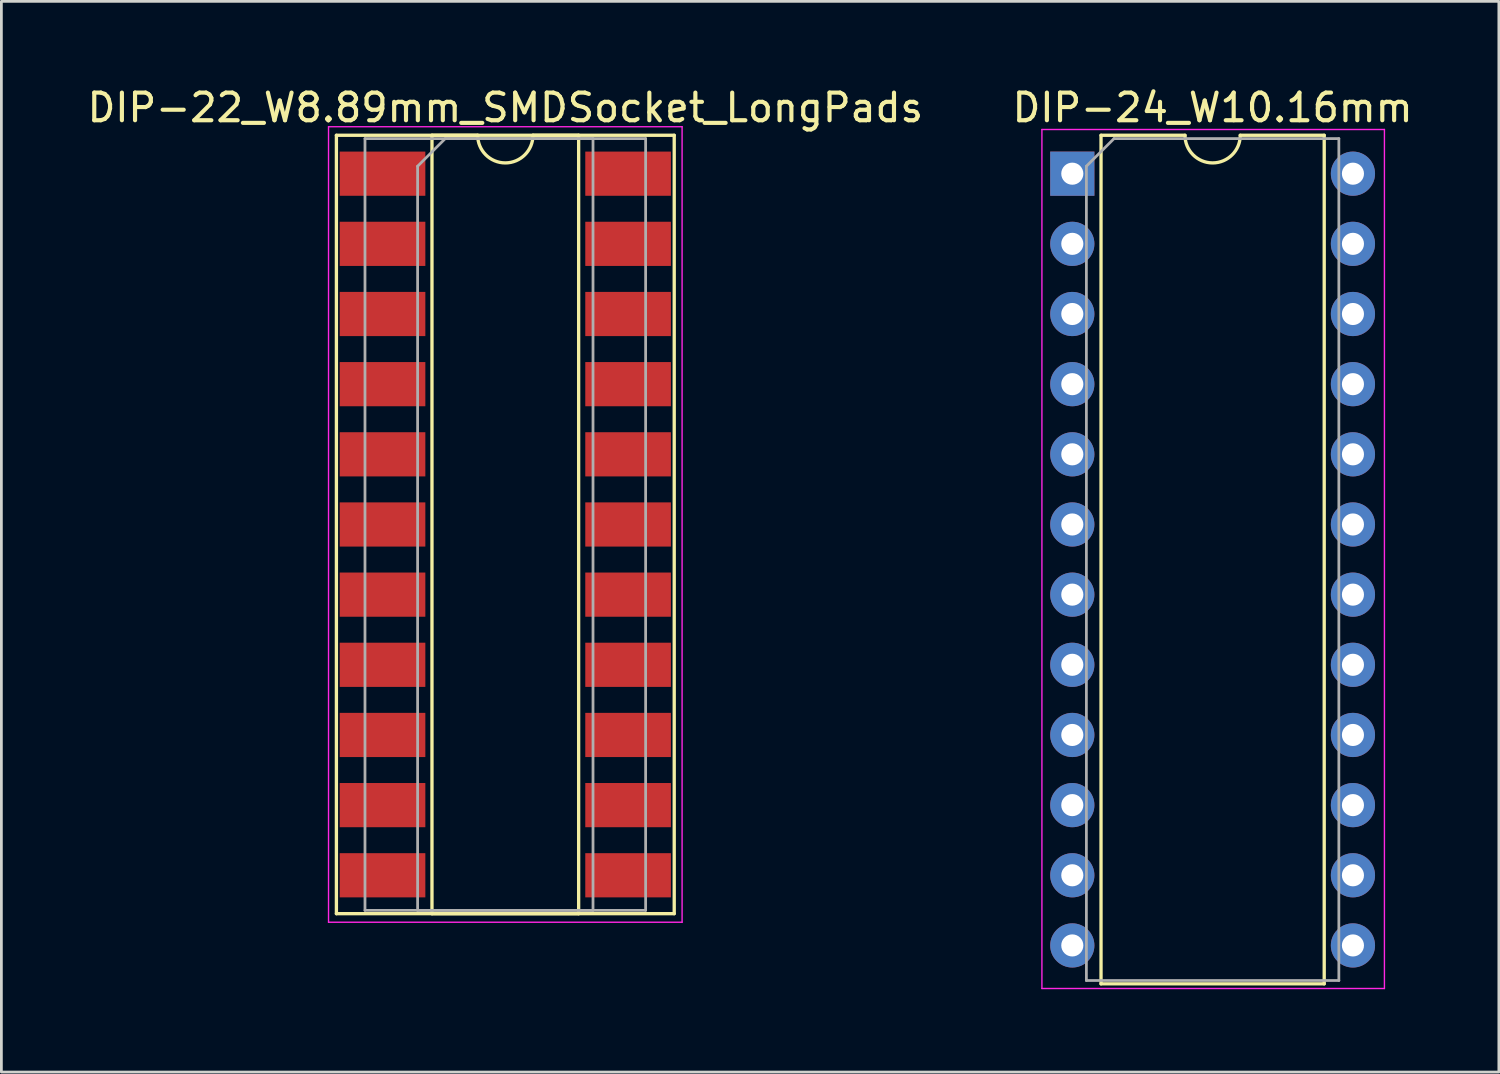
<source format=kicad_pcb>
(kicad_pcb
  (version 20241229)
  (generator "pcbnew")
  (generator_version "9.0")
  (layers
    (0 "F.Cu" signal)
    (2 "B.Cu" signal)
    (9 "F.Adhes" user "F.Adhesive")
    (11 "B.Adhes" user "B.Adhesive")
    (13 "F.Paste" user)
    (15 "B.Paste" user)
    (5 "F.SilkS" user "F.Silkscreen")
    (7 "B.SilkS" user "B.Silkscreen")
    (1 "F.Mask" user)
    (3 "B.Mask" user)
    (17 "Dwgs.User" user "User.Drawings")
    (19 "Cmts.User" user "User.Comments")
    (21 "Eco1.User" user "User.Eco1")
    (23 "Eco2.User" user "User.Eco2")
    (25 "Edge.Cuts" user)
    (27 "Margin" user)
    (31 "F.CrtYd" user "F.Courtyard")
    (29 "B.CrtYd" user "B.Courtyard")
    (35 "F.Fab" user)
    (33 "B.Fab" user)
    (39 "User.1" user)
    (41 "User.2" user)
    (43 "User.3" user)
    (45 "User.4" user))
  (footprint "DIP-24_W10.16mm"
    (layer "F.Cu")
    (at 35.771 3.238)
    (property "Reference" "DIP-24_W10.16mm" (at 5.08 -2.39 0) (layer "F.SilkS") (effects (font (size 1 1) (thickness 0.15))))
    (attr through_hole)
    (fp_line (start 1.04 -1.39) (end 1.04 29.33) (stroke (width 0.12) (type solid)) (layer "F.SilkS"))
    (fp_line (start 1.04 29.33) (end 9.12 29.33) (stroke (width 0.12) (type solid)) (layer "F.SilkS"))
    (fp_line (start 4.08 -1.39) (end 1.04 -1.39) (stroke (width 0.12) (type solid)) (layer "F.SilkS"))
    (fp_line (start 9.12 -1.39) (end 6.08 -1.39) (stroke (width 0.12) (type solid)) (layer "F.SilkS"))
    (fp_line (start 9.12 29.33) (end 9.12 -1.39) (stroke (width 0.12) (type solid)) (layer "F.SilkS"))
    (fp_arc (start 6.08 -1.39) (mid 5.08 -0.39) (end 4.08 -1.39) (stroke (width 0.12) (type solid)) (layer "F.SilkS"))
    (fp_line (start -1.1 -1.6) (end -1.1 29.5) (stroke (width 0.05) (type solid)) (layer "F.CrtYd"))
    (fp_line (start -1.1 29.5) (end 11.3 29.5) (stroke (width 0.05) (type solid)) (layer "F.CrtYd"))
    (fp_line (start 11.3 -1.6) (end -1.1 -1.6) (stroke (width 0.05) (type solid)) (layer "F.CrtYd"))
    (fp_line (start 11.3 29.5) (end 11.3 -1.6) (stroke (width 0.05) (type solid)) (layer "F.CrtYd"))
    (fp_line (start 0.51 -0.27) (end 1.51 -1.27) (stroke (width 0.1) (type solid)) (layer "F.Fab"))
    (fp_line (start 0.51 29.21) (end 0.51 -0.27) (stroke (width 0.1) (type solid)) (layer "F.Fab"))
    (fp_line (start 1.51 -1.27) (end 9.65 -1.27) (stroke (width 0.1) (type solid)) (layer "F.Fab"))
    (fp_line (start 9.65 -1.27) (end 9.65 29.21) (stroke (width 0.1) (type solid)) (layer "F.Fab"))
    (fp_line (start 9.65 29.21) (end 0.51 29.21) (stroke (width 0.1) (type solid)) (layer "F.Fab"))
    (pad "1" thru_hole rect (at 0 0) (size 1.6 1.6) (drill 0.8) (layers "*.Cu" "*.Mask"))
    (pad "2" thru_hole oval (at 0 2.54) (size 1.6 1.6) (drill 0.8) (layers "*.Cu" "*.Mask"))
    (pad "3" thru_hole oval (at 0 5.08) (size 1.6 1.6) (drill 0.8) (layers "*.Cu" "*.Mask"))
    (pad "4" thru_hole oval (at 0 7.62) (size 1.6 1.6) (drill 0.8) (layers "*.Cu" "*.Mask"))
    (pad "5" thru_hole oval (at 0 10.16) (size 1.6 1.6) (drill 0.8) (layers "*.Cu" "*.Mask"))
    (pad "6" thru_hole oval (at 0 12.7) (size 1.6 1.6) (drill 0.8) (layers "*.Cu" "*.Mask"))
    (pad "7" thru_hole oval (at 0 15.24) (size 1.6 1.6) (drill 0.8) (layers "*.Cu" "*.Mask"))
    (pad "8" thru_hole oval (at 0 17.78) (size 1.6 1.6) (drill 0.8) (layers "*.Cu" "*.Mask"))
    (pad "9" thru_hole oval (at 0 20.32) (size 1.6 1.6) (drill 0.8) (layers "*.Cu" "*.Mask"))
    (pad "10" thru_hole oval (at 0 22.86) (size 1.6 1.6) (drill 0.8) (layers "*.Cu" "*.Mask"))
    (pad "11" thru_hole oval (at 0 25.4) (size 1.6 1.6) (drill 0.8) (layers "*.Cu" "*.Mask"))
    (pad "12" thru_hole oval (at 0 27.94) (size 1.6 1.6) (drill 0.8) (layers "*.Cu" "*.Mask"))
    (pad "13" thru_hole oval (at 10.16 27.94) (size 1.6 1.6) (drill 0.8) (layers "*.Cu" "*.Mask"))
    (pad "14" thru_hole oval (at 10.16 25.4) (size 1.6 1.6) (drill 0.8) (layers "*.Cu" "*.Mask"))
    (pad "15" thru_hole oval (at 10.16 22.86) (size 1.6 1.6) (drill 0.8) (layers "*.Cu" "*.Mask"))
    (pad "16" thru_hole oval (at 10.16 20.32) (size 1.6 1.6) (drill 0.8) (layers "*.Cu" "*.Mask"))
    (pad "17" thru_hole oval (at 10.16 17.78) (size 1.6 1.6) (drill 0.8) (layers "*.Cu" "*.Mask"))
    (pad "18" thru_hole oval (at 10.16 15.24) (size 1.6 1.6) (drill 0.8) (layers "*.Cu" "*.Mask"))
    (pad "19" thru_hole oval (at 10.16 12.7) (size 1.6 1.6) (drill 0.8) (layers "*.Cu" "*.Mask"))
    (pad "20" thru_hole oval (at 10.16 10.16) (size 1.6 1.6) (drill 0.8) (layers "*.Cu" "*.Mask"))
    (pad "21" thru_hole oval (at 10.16 7.62) (size 1.6 1.6) (drill 0.8) (layers "*.Cu" "*.Mask"))
    (pad "22" thru_hole oval (at 10.16 5.08) (size 1.6 1.6) (drill 0.8) (layers "*.Cu" "*.Mask"))
    (pad "23" thru_hole oval (at 10.16 2.54) (size 1.6 1.6) (drill 0.8) (layers "*.Cu" "*.Mask"))
    (pad "24" thru_hole oval (at 10.16 0) (size 1.6 1.6) (drill 0.8) (layers "*.Cu" "*.Mask")))
  (footprint "DIP-22_W8.89mm_SMDSocket_LongPads"
    (layer "F.Cu")
    (at 15.244 15.938)
    (property "Reference" "DIP-22_W8.89mm_SMDSocket_LongPads" (at 0 -15.09 0) (layer "F.SilkS") (effects (font (size 1 1) (thickness 0.15))))
    (attr smd)
    (fp_line (start -6.115 -14.09) (end -6.115 14.09) (stroke (width 0.12) (type solid)) (layer "F.SilkS"))
    (fp_line (start -6.115 14.09) (end 6.115 14.09) (stroke (width 0.12) (type solid)) (layer "F.SilkS"))
    (fp_line (start -2.655 -14.09) (end -2.655 14.09) (stroke (width 0.12) (type solid)) (layer "F.SilkS"))
    (fp_line (start -2.655 14.09) (end 2.655 14.09) (stroke (width 0.12) (type solid)) (layer "F.SilkS"))
    (fp_line (start -1 -14.09) (end -2.655 -14.09) (stroke (width 0.12) (type solid)) (layer "F.SilkS"))
    (fp_line (start 2.655 -14.09) (end 1 -14.09) (stroke (width 0.12) (type solid)) (layer "F.SilkS"))
    (fp_line (start 2.655 14.09) (end 2.655 -14.09) (stroke (width 0.12) (type solid)) (layer "F.SilkS"))
    (fp_line (start 6.115 -14.09) (end -6.115 -14.09) (stroke (width 0.12) (type solid)) (layer "F.SilkS"))
    (fp_line (start 6.115 14.09) (end 6.115 -14.09) (stroke (width 0.12) (type solid)) (layer "F.SilkS"))
    (fp_arc (start 1 -14.09) (mid 0 -13.09) (end -1 -14.09) (stroke (width 0.12) (type solid)) (layer "F.SilkS"))
    (fp_line (start -6.4 -14.4) (end -6.4 14.4) (stroke (width 0.05) (type solid)) (layer "F.CrtYd"))
    (fp_line (start -6.4 14.4) (end 6.4 14.4) (stroke (width 0.05) (type solid)) (layer "F.CrtYd"))
    (fp_line (start 6.4 -14.4) (end -6.4 -14.4) (stroke (width 0.05) (type solid)) (layer "F.CrtYd"))
    (fp_line (start 6.4 14.4) (end 6.4 -14.4) (stroke (width 0.05) (type solid)) (layer "F.CrtYd"))
    (fp_line (start -5.08 -13.97) (end -5.08 13.97) (stroke (width 0.1) (type solid)) (layer "F.Fab"))
    (fp_line (start -5.08 13.97) (end 5.08 13.97) (stroke (width 0.1) (type solid)) (layer "F.Fab"))
    (fp_line (start -3.175 -12.97) (end -2.175 -13.97) (stroke (width 0.1) (type solid)) (layer "F.Fab"))
    (fp_line (start -3.175 13.97) (end -3.175 -12.97) (stroke (width 0.1) (type solid)) (layer "F.Fab"))
    (fp_line (start -2.175 -13.97) (end 3.175 -13.97) (stroke (width 0.1) (type solid)) (layer "F.Fab"))
    (fp_line (start 3.175 -13.97) (end 3.175 13.97) (stroke (width 0.1) (type solid)) (layer "F.Fab"))
    (fp_line (start 3.175 13.97) (end -3.175 13.97) (stroke (width 0.1) (type solid)) (layer "F.Fab"))
    (fp_line (start 5.08 -13.97) (end -5.08 -13.97) (stroke (width 0.1) (type solid)) (layer "F.Fab"))
    (fp_line (start 5.08 13.97) (end 5.08 -13.97) (stroke (width 0.1) (type solid)) (layer "F.Fab"))
    (pad "1" smd rect (at -4.445 -12.7) (size 3.1 1.6) (layers "F.Cu" "F.Mask"))
    (pad "2" smd rect (at -4.445 -10.16) (size 3.1 1.6) (layers "F.Cu" "F.Mask"))
    (pad "3" smd rect (at -4.445 -7.62) (size 3.1 1.6) (layers "F.Cu" "F.Mask"))
    (pad "4" smd rect (at -4.445 -5.08) (size 3.1 1.6) (layers "F.Cu" "F.Mask"))
    (pad "5" smd rect (at -4.445 -2.54) (size 3.1 1.6) (layers "F.Cu" "F.Mask"))
    (pad "6" smd rect (at -4.445 0) (size 3.1 1.6) (layers "F.Cu" "F.Mask"))
    (pad "7" smd rect (at -4.445 2.54) (size 3.1 1.6) (layers "F.Cu" "F.Mask"))
    (pad "8" smd rect (at -4.445 5.08) (size 3.1 1.6) (layers "F.Cu" "F.Mask"))
    (pad "9" smd rect (at -4.445 7.62) (size 3.1 1.6) (layers "F.Cu" "F.Mask"))
    (pad "10" smd rect (at -4.445 10.16) (size 3.1 1.6) (layers "F.Cu" "F.Mask"))
    (pad "11" smd rect (at -4.445 12.7) (size 3.1 1.6) (layers "F.Cu" "F.Mask"))
    (pad "12" smd rect (at 4.445 12.7) (size 3.1 1.6) (layers "F.Cu" "F.Mask"))
    (pad "13" smd rect (at 4.445 10.16) (size 3.1 1.6) (layers "F.Cu" "F.Mask"))
    (pad "14" smd rect (at 4.445 7.62) (size 3.1 1.6) (layers "F.Cu" "F.Mask"))
    (pad "15" smd rect (at 4.445 5.08) (size 3.1 1.6) (layers "F.Cu" "F.Mask"))
    (pad "16" smd rect (at 4.445 2.54) (size 3.1 1.6) (layers "F.Cu" "F.Mask"))
    (pad "17" smd rect (at 4.445 0) (size 3.1 1.6) (layers "F.Cu" "F.Mask"))
    (pad "18" smd rect (at 4.445 -2.54) (size 3.1 1.6) (layers "F.Cu" "F.Mask"))
    (pad "19" smd rect (at 4.445 -5.08) (size 3.1 1.6) (layers "F.Cu" "F.Mask"))
    (pad "20" smd rect (at 4.445 -7.62) (size 3.1 1.6) (layers "F.Cu" "F.Mask"))
    (pad "21" smd rect (at 4.445 -10.16) (size 3.1 1.6) (layers "F.Cu" "F.Mask"))
    (pad "22" smd rect (at 4.445 -12.7) (size 3.1 1.6) (layers "F.Cu" "F.Mask")))
  (gr_rect
    (start -3 -3)
    (end 51.214 35.763)
    (stroke (width 0.1) (type default))
    (fill no)
    (layer "Edge.Cuts")))
</source>
